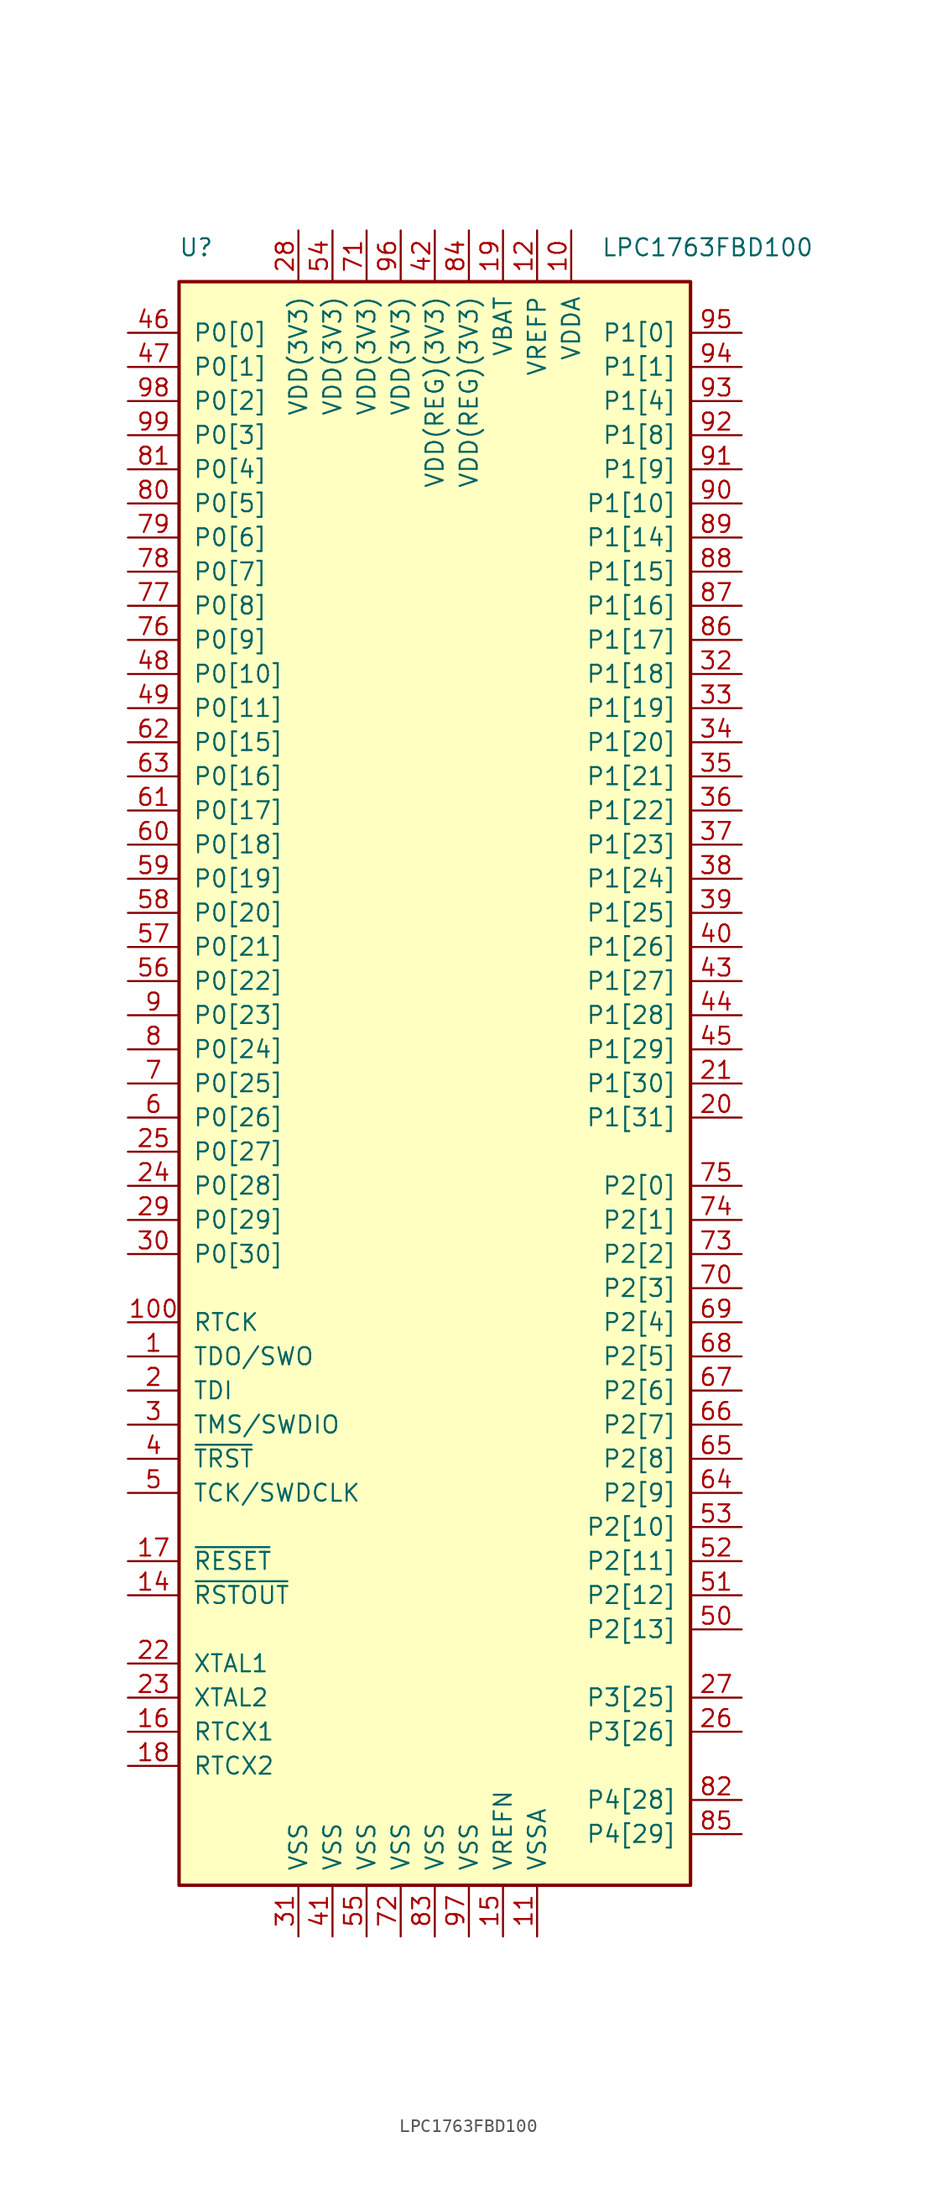
<source format=kicad_sym>
(kicad_symbol_lib
  (version 20220914)
  (generator kicad_symbol_editor)
  (symbol "LPC1763FBD100"
    (pin_names
      (offset 1.016))
    (property "Reference" "U"
      (at -17.78 62.23 0)
      (effects (font (size 1.27 1.27))))
    (property "Value" "LPC1763FBD100"
      (at 20.32 62.23 0)
      (effects (font (size 1.27 1.27))))
    (symbol "LPC1763FBD100_0_1"
      (rectangle (start -19.05 59.69) (end 19.05 -59.69) (stroke (width 0.254) (type default)) (fill (type background))))
    (symbol "LPC1763FBD100_1_1"
      (pin output line (at -22.86 -20.32 0) (length 3.81) (name "TDO/SWO" (effects (font (size 1.27 1.27)))) (number "1" (effects (font (size 1.27 1.27)))))
      (pin power_in line (at 10.16 63.5 270) (length 3.81) (name "VDDA" (effects (font (size 1.27 1.27)))) (number "10" (effects (font (size 1.27 1.27)))))
      (pin output line (at -22.86 -17.78 0) (length 3.81) (name "RTCK" (effects (font (size 1.27 1.27)))) (number "100" (effects (font (size 1.27 1.27)))))
      (pin power_in line (at 7.62 -63.5 90) (length 3.81) (name "VSSA" (effects (font (size 1.27 1.27)))) (number "11" (effects (font (size 1.27 1.27)))))
      (pin power_in line (at 7.62 63.5 270) (length 3.81) (name "VREFP" (effects (font (size 1.27 1.27)))) (number "12" (effects (font (size 1.27 1.27)))))
      (pin no_connect line (at -19.05 -55.88 0) (length 3.81) hide (name "NC" (effects (font (size 1.27 1.27)))) (number "13" (effects (font (size 1.27 1.27)))))
      (pin output line (at -22.86 -38.1 0) (length 3.81) (name "~{RSTOUT}" (effects (font (size 1.27 1.27)))) (number "14" (effects (font (size 1.27 1.27)))))
      (pin power_in line (at 5.08 -63.5 90) (length 3.81) (name "VREFN" (effects (font (size 1.27 1.27)))) (number "15" (effects (font (size 1.27 1.27)))))
      (pin input line (at -22.86 -48.26 0) (length 3.81) (name "RTCX1" (effects (font (size 1.27 1.27)))) (number "16" (effects (font (size 1.27 1.27)))))
      (pin input line (at -22.86 -35.56 0) (length 3.81) (name "~{RESET}" (effects (font (size 1.27 1.27)))) (number "17" (effects (font (size 1.27 1.27)))))
      (pin output line (at -22.86 -50.8 0) (length 3.81) (name "RTCX2" (effects (font (size 1.27 1.27)))) (number "18" (effects (font (size 1.27 1.27)))))
      (pin power_in line (at 5.08 63.5 270) (length 3.81) (name "VBAT" (effects (font (size 1.27 1.27)))) (number "19" (effects (font (size 1.27 1.27)))))
      (pin input line (at -22.86 -22.86 0) (length 3.81) (name "TDI" (effects (font (size 1.27 1.27)))) (number "2" (effects (font (size 1.27 1.27)))))
      (pin bidirectional line (at 22.86 -2.54 180) (length 3.81) (name "P1[31]" (effects (font (size 1.27 1.27)))) (number "20" (effects (font (size 1.27 1.27)))))
      (pin bidirectional line (at 22.86 0 180) (length 3.81) (name "P1[30]" (effects (font (size 1.27 1.27)))) (number "21" (effects (font (size 1.27 1.27)))))
      (pin input line (at -22.86 -43.18 0) (length 3.81) (name "XTAL1" (effects (font (size 1.27 1.27)))) (number "22" (effects (font (size 1.27 1.27)))))
      (pin output line (at -22.86 -45.72 0) (length 3.81) (name "XTAL2" (effects (font (size 1.27 1.27)))) (number "23" (effects (font (size 1.27 1.27)))))
      (pin bidirectional line (at -22.86 -7.62 0) (length 3.81) (name "P0[28]" (effects (font (size 1.27 1.27)))) (number "24" (effects (font (size 1.27 1.27)))))
      (pin bidirectional line (at -22.86 -5.08 0) (length 3.81) (name "P0[27]" (effects (font (size 1.27 1.27)))) (number "25" (effects (font (size 1.27 1.27)))))
      (pin bidirectional line (at 22.86 -48.26 180) (length 3.81) (name "P3[26]" (effects (font (size 1.27 1.27)))) (number "26" (effects (font (size 1.27 1.27)))))
      (pin bidirectional line (at 22.86 -45.72 180) (length 3.81) (name "P3[25]" (effects (font (size 1.27 1.27)))) (number "27" (effects (font (size 1.27 1.27)))))
      (pin power_in line (at -10.16 63.5 270) (length 3.81) (name "VDD(3V3)" (effects (font (size 1.27 1.27)))) (number "28" (effects (font (size 1.27 1.27)))))
      (pin bidirectional line (at -22.86 -10.16 0) (length 3.81) (name "P0[29]" (effects (font (size 1.27 1.27)))) (number "29" (effects (font (size 1.27 1.27)))))
      (pin bidirectional line (at -22.86 -25.4 0) (length 3.81) (name "TMS/SWDIO" (effects (font (size 1.27 1.27)))) (number "3" (effects (font (size 1.27 1.27)))))
      (pin bidirectional line (at -22.86 -12.7 0) (length 3.81) (name "P0[30]" (effects (font (size 1.27 1.27)))) (number "30" (effects (font (size 1.27 1.27)))))
      (pin power_in line (at -10.16 -63.5 90) (length 3.81) (name "VSS" (effects (font (size 1.27 1.27)))) (number "31" (effects (font (size 1.27 1.27)))))
      (pin bidirectional line (at 22.86 30.48 180) (length 3.81) (name "P1[18]" (effects (font (size 1.27 1.27)))) (number "32" (effects (font (size 1.27 1.27)))))
      (pin bidirectional line (at 22.86 27.94 180) (length 3.81) (name "P1[19]" (effects (font (size 1.27 1.27)))) (number "33" (effects (font (size 1.27 1.27)))))
      (pin bidirectional line (at 22.86 25.4 180) (length 3.81) (name "P1[20]" (effects (font (size 1.27 1.27)))) (number "34" (effects (font (size 1.27 1.27)))))
      (pin bidirectional line (at 22.86 22.86 180) (length 3.81) (name "P1[21]" (effects (font (size 1.27 1.27)))) (number "35" (effects (font (size 1.27 1.27)))))
      (pin bidirectional line (at 22.86 20.32 180) (length 3.81) (name "P1[22]" (effects (font (size 1.27 1.27)))) (number "36" (effects (font (size 1.27 1.27)))))
      (pin bidirectional line (at 22.86 17.78 180) (length 3.81) (name "P1[23]" (effects (font (size 1.27 1.27)))) (number "37" (effects (font (size 1.27 1.27)))))
      (pin bidirectional line (at 22.86 15.24 180) (length 3.81) (name "P1[24]" (effects (font (size 1.27 1.27)))) (number "38" (effects (font (size 1.27 1.27)))))
      (pin bidirectional line (at 22.86 12.7 180) (length 3.81) (name "P1[25]" (effects (font (size 1.27 1.27)))) (number "39" (effects (font (size 1.27 1.27)))))
      (pin input line (at -22.86 -27.94 0) (length 3.81) (name "~{TRST}" (effects (font (size 1.27 1.27)))) (number "4" (effects (font (size 1.27 1.27)))))
      (pin bidirectional line (at 22.86 10.16 180) (length 3.81) (name "P1[26]" (effects (font (size 1.27 1.27)))) (number "40" (effects (font (size 1.27 1.27)))))
      (pin power_in line (at -7.62 -63.5 90) (length 3.81) (name "VSS" (effects (font (size 1.27 1.27)))) (number "41" (effects (font (size 1.27 1.27)))))
      (pin power_in line (at 0 63.5 270) (length 3.81) (name "VDD(REG)(3V3)" (effects (font (size 1.27 1.27)))) (number "42" (effects (font (size 1.27 1.27)))))
      (pin bidirectional line (at 22.86 7.62 180) (length 3.81) (name "P1[27]" (effects (font (size 1.27 1.27)))) (number "43" (effects (font (size 1.27 1.27)))))
      (pin bidirectional line (at 22.86 5.08 180) (length 3.81) (name "P1[28]" (effects (font (size 1.27 1.27)))) (number "44" (effects (font (size 1.27 1.27)))))
      (pin bidirectional line (at 22.86 2.54 180) (length 3.81) (name "P1[29]" (effects (font (size 1.27 1.27)))) (number "45" (effects (font (size 1.27 1.27)))))
      (pin bidirectional line (at -22.86 55.88 0) (length 3.81) (name "P0[0]" (effects (font (size 1.27 1.27)))) (number "46" (effects (font (size 1.27 1.27)))))
      (pin bidirectional line (at -22.86 53.34 0) (length 3.81) (name "P0[1]" (effects (font (size 1.27 1.27)))) (number "47" (effects (font (size 1.27 1.27)))))
      (pin bidirectional line (at -22.86 30.48 0) (length 3.81) (name "P0[10]" (effects (font (size 1.27 1.27)))) (number "48" (effects (font (size 1.27 1.27)))))
      (pin bidirectional line (at -22.86 27.94 0) (length 3.81) (name "P0[11]" (effects (font (size 1.27 1.27)))) (number "49" (effects (font (size 1.27 1.27)))))
      (pin input line (at -22.86 -30.48 0) (length 3.81) (name "TCK/SWDCLK" (effects (font (size 1.27 1.27)))) (number "5" (effects (font (size 1.27 1.27)))))
      (pin bidirectional line (at 22.86 -40.64 180) (length 3.81) (name "P2[13]" (effects (font (size 1.27 1.27)))) (number "50" (effects (font (size 1.27 1.27)))))
      (pin bidirectional line (at 22.86 -38.1 180) (length 3.81) (name "P2[12]" (effects (font (size 1.27 1.27)))) (number "51" (effects (font (size 1.27 1.27)))))
      (pin bidirectional line (at 22.86 -35.56 180) (length 3.81) (name "P2[11]" (effects (font (size 1.27 1.27)))) (number "52" (effects (font (size 1.27 1.27)))))
      (pin bidirectional line (at 22.86 -33.02 180) (length 3.81) (name "P2[10]" (effects (font (size 1.27 1.27)))) (number "53" (effects (font (size 1.27 1.27)))))
      (pin power_in line (at -7.62 63.5 270) (length 3.81) (name "VDD(3V3)" (effects (font (size 1.27 1.27)))) (number "54" (effects (font (size 1.27 1.27)))))
      (pin power_in line (at -5.08 -63.5 90) (length 3.81) (name "VSS" (effects (font (size 1.27 1.27)))) (number "55" (effects (font (size 1.27 1.27)))))
      (pin bidirectional line (at -22.86 7.62 0) (length 3.81) (name "P0[22]" (effects (font (size 1.27 1.27)))) (number "56" (effects (font (size 1.27 1.27)))))
      (pin bidirectional line (at -22.86 10.16 0) (length 3.81) (name "P0[21]" (effects (font (size 1.27 1.27)))) (number "57" (effects (font (size 1.27 1.27)))))
      (pin bidirectional line (at -22.86 12.7 0) (length 3.81) (name "P0[20]" (effects (font (size 1.27 1.27)))) (number "58" (effects (font (size 1.27 1.27)))))
      (pin bidirectional line (at -22.86 15.24 0) (length 3.81) (name "P0[19]" (effects (font (size 1.27 1.27)))) (number "59" (effects (font (size 1.27 1.27)))))
      (pin bidirectional line (at -22.86 -2.54 0) (length 3.81) (name "P0[26]" (effects (font (size 1.27 1.27)))) (number "6" (effects (font (size 1.27 1.27)))))
      (pin bidirectional line (at -22.86 17.78 0) (length 3.81) (name "P0[18]" (effects (font (size 1.27 1.27)))) (number "60" (effects (font (size 1.27 1.27)))))
      (pin bidirectional line (at -22.86 20.32 0) (length 3.81) (name "P0[17]" (effects (font (size 1.27 1.27)))) (number "61" (effects (font (size 1.27 1.27)))))
      (pin bidirectional line (at -22.86 25.4 0) (length 3.81) (name "P0[15]" (effects (font (size 1.27 1.27)))) (number "62" (effects (font (size 1.27 1.27)))))
      (pin bidirectional line (at -22.86 22.86 0) (length 3.81) (name "P0[16]" (effects (font (size 1.27 1.27)))) (number "63" (effects (font (size 1.27 1.27)))))
      (pin bidirectional line (at 22.86 -30.48 180) (length 3.81) (name "P2[9]" (effects (font (size 1.27 1.27)))) (number "64" (effects (font (size 1.27 1.27)))))
      (pin bidirectional line (at 22.86 -27.94 180) (length 3.81) (name "P2[8]" (effects (font (size 1.27 1.27)))) (number "65" (effects (font (size 1.27 1.27)))))
      (pin bidirectional line (at 22.86 -25.4 180) (length 3.81) (name "P2[7]" (effects (font (size 1.27 1.27)))) (number "66" (effects (font (size 1.27 1.27)))))
      (pin bidirectional line (at 22.86 -22.86 180) (length 3.81) (name "P2[6]" (effects (font (size 1.27 1.27)))) (number "67" (effects (font (size 1.27 1.27)))))
      (pin bidirectional line (at 22.86 -20.32 180) (length 3.81) (name "P2[5]" (effects (font (size 1.27 1.27)))) (number "68" (effects (font (size 1.27 1.27)))))
      (pin bidirectional line (at 22.86 -17.78 180) (length 3.81) (name "P2[4]" (effects (font (size 1.27 1.27)))) (number "69" (effects (font (size 1.27 1.27)))))
      (pin bidirectional line (at -22.86 0 0) (length 3.81) (name "P0[25]" (effects (font (size 1.27 1.27)))) (number "7" (effects (font (size 1.27 1.27)))))
      (pin bidirectional line (at 22.86 -15.24 180) (length 3.81) (name "P2[3]" (effects (font (size 1.27 1.27)))) (number "70" (effects (font (size 1.27 1.27)))))
      (pin power_in line (at -5.08 63.5 270) (length 3.81) (name "VDD(3V3)" (effects (font (size 1.27 1.27)))) (number "71" (effects (font (size 1.27 1.27)))))
      (pin power_in line (at -2.54 -63.5 90) (length 3.81) (name "VSS" (effects (font (size 1.27 1.27)))) (number "72" (effects (font (size 1.27 1.27)))))
      (pin bidirectional line (at 22.86 -12.7 180) (length 3.81) (name "P2[2]" (effects (font (size 1.27 1.27)))) (number "73" (effects (font (size 1.27 1.27)))))
      (pin bidirectional line (at 22.86 -10.16 180) (length 3.81) (name "P2[1]" (effects (font (size 1.27 1.27)))) (number "74" (effects (font (size 1.27 1.27)))))
      (pin bidirectional line (at 22.86 -7.62 180) (length 3.81) (name "P2[0]" (effects (font (size 1.27 1.27)))) (number "75" (effects (font (size 1.27 1.27)))))
      (pin bidirectional line (at -22.86 33.02 0) (length 3.81) (name "P0[9]" (effects (font (size 1.27 1.27)))) (number "76" (effects (font (size 1.27 1.27)))))
      (pin bidirectional line (at -22.86 35.56 0) (length 3.81) (name "P0[8]" (effects (font (size 1.27 1.27)))) (number "77" (effects (font (size 1.27 1.27)))))
      (pin bidirectional line (at -22.86 38.1 0) (length 3.81) (name "P0[7]" (effects (font (size 1.27 1.27)))) (number "78" (effects (font (size 1.27 1.27)))))
      (pin bidirectional line (at -22.86 40.64 0) (length 3.81) (name "P0[6]" (effects (font (size 1.27 1.27)))) (number "79" (effects (font (size 1.27 1.27)))))
      (pin bidirectional line (at -22.86 2.54 0) (length 3.81) (name "P0[24]" (effects (font (size 1.27 1.27)))) (number "8" (effects (font (size 1.27 1.27)))))
      (pin bidirectional line (at -22.86 43.18 0) (length 3.81) (name "P0[5]" (effects (font (size 1.27 1.27)))) (number "80" (effects (font (size 1.27 1.27)))))
      (pin bidirectional line (at -22.86 45.72 0) (length 3.81) (name "P0[4]" (effects (font (size 1.27 1.27)))) (number "81" (effects (font (size 1.27 1.27)))))
      (pin bidirectional line (at 22.86 -53.34 180) (length 3.81) (name "P4[28]" (effects (font (size 1.27 1.27)))) (number "82" (effects (font (size 1.27 1.27)))))
      (pin power_in line (at 0 -63.5 90) (length 3.81) (name "VSS" (effects (font (size 1.27 1.27)))) (number "83" (effects (font (size 1.27 1.27)))))
      (pin power_in line (at 2.54 63.5 270) (length 3.81) (name "VDD(REG)(3V3)" (effects (font (size 1.27 1.27)))) (number "84" (effects (font (size 1.27 1.27)))))
      (pin bidirectional line (at 22.86 -55.88 180) (length 3.81) (name "P4[29]" (effects (font (size 1.27 1.27)))) (number "85" (effects (font (size 1.27 1.27)))))
      (pin bidirectional line (at 22.86 33.02 180) (length 3.81) (name "P1[17]" (effects (font (size 1.27 1.27)))) (number "86" (effects (font (size 1.27 1.27)))))
      (pin bidirectional line (at 22.86 35.56 180) (length 3.81) (name "P1[16]" (effects (font (size 1.27 1.27)))) (number "87" (effects (font (size 1.27 1.27)))))
      (pin bidirectional line (at 22.86 38.1 180) (length 3.81) (name "P1[15]" (effects (font (size 1.27 1.27)))) (number "88" (effects (font (size 1.27 1.27)))))
      (pin bidirectional line (at 22.86 40.64 180) (length 3.81) (name "P1[14]" (effects (font (size 1.27 1.27)))) (number "89" (effects (font (size 1.27 1.27)))))
      (pin bidirectional line (at -22.86 5.08 0) (length 3.81) (name "P0[23]" (effects (font (size 1.27 1.27)))) (number "9" (effects (font (size 1.27 1.27)))))
      (pin bidirectional line (at 22.86 43.18 180) (length 3.81) (name "P1[10]" (effects (font (size 1.27 1.27)))) (number "90" (effects (font (size 1.27 1.27)))))
      (pin bidirectional line (at 22.86 45.72 180) (length 3.81) (name "P1[9]" (effects (font (size 1.27 1.27)))) (number "91" (effects (font (size 1.27 1.27)))))
      (pin bidirectional line (at 22.86 48.26 180) (length 3.81) (name "P1[8]" (effects (font (size 1.27 1.27)))) (number "92" (effects (font (size 1.27 1.27)))))
      (pin bidirectional line (at 22.86 50.8 180) (length 3.81) (name "P1[4]" (effects (font (size 1.27 1.27)))) (number "93" (effects (font (size 1.27 1.27)))))
      (pin bidirectional line (at 22.86 53.34 180) (length 3.81) (name "P1[1]" (effects (font (size 1.27 1.27)))) (number "94" (effects (font (size 1.27 1.27)))))
      (pin bidirectional line (at 22.86 55.88 180) (length 3.81) (name "P1[0]" (effects (font (size 1.27 1.27)))) (number "95" (effects (font (size 1.27 1.27)))))
      (pin power_in line (at -2.54 63.5 270) (length 3.81) (name "VDD(3V3)" (effects (font (size 1.27 1.27)))) (number "96" (effects (font (size 1.27 1.27)))))
      (pin power_in line (at 2.54 -63.5 90) (length 3.81) (name "VSS" (effects (font (size 1.27 1.27)))) (number "97" (effects (font (size 1.27 1.27)))))
      (pin bidirectional line (at -22.86 50.8 0) (length 3.81) (name "P0[2]" (effects (font (size 1.27 1.27)))) (number "98" (effects (font (size 1.27 1.27)))))
      (pin bidirectional line (at -22.86 48.26 0) (length 3.81) (name "P0[3]" (effects (font (size 1.27 1.27)))) (number "99" (effects (font (size 1.27 1.27))))))))
</source>
